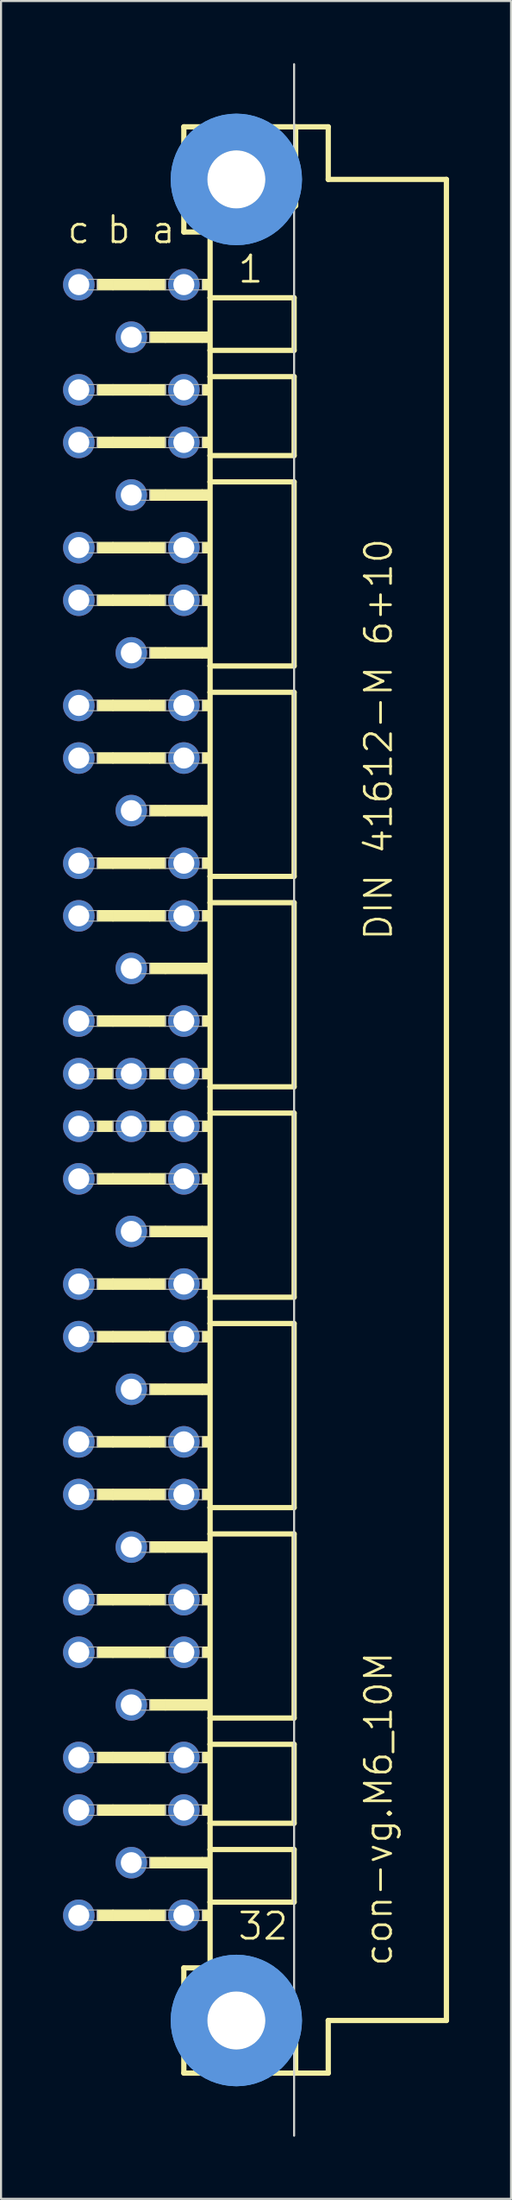
<source format=kicad_pcb>
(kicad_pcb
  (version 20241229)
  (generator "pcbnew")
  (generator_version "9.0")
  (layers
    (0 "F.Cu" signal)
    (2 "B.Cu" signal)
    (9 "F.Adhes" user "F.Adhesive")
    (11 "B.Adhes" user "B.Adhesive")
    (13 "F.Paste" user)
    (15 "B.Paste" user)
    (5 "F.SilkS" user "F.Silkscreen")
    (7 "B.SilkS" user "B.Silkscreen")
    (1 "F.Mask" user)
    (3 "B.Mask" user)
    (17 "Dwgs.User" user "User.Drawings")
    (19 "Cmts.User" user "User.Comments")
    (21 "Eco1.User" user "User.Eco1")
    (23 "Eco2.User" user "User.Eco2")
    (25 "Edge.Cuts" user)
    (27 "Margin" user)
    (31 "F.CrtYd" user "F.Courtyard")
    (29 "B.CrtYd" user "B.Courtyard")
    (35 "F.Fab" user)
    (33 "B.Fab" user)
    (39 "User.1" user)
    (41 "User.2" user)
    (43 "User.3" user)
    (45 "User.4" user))
  (footprint "con-vg.M6_10M"
    (layer "F.Cu")
    (at 8.382 50.063)
    (property "Reference" "con-vg.M6_10M" (at 7.62 41.91 90) (layer "F.SilkS") (effects (font (size 1.27 1.27) (thickness 0.13)) (justify left bottom)))
    (attr through_hole)
    (fp_line (start -2.54 -46.99) (end -2.54 -41.91) (stroke (width 0.254) (type default)) (layer "F.SilkS"))
    (fp_line (start -2.54 -41.91) (end -1.27 -41.91) (stroke (width 0.254) (type default)) (layer "F.SilkS"))
    (fp_line (start -2.54 41.91) (end -2.54 46.99) (stroke (width 0.254) (type default)) (layer "F.SilkS"))
    (fp_line (start -2.54 41.91) (end -1.27 41.91) (stroke (width 0.254) (type default)) (layer "F.SilkS"))
    (fp_line (start -2.54 46.99) (end 2.87 46.99) (stroke (width 0.254) (type default)) (layer "F.SilkS"))
    (fp_line (start -1.27 -41.91) (end -1.27 -38.735) (stroke (width 0.254) (type default)) (layer "F.SilkS"))
    (fp_line (start -1.27 -41.91) (end 1.6 -41.91) (stroke (width 0.254) (type default)) (layer "F.SilkS"))
    (fp_line (start -1.27 -38.735) (end -1.27 -36.195) (stroke (width 0.254) (type default)) (layer "F.SilkS"))
    (fp_line (start -1.27 -36.195) (end -1.27 -34.925) (stroke (width 0.254) (type default)) (layer "F.SilkS"))
    (fp_line (start -1.27 -34.925) (end -1.27 -31.115) (stroke (width 0.254) (type default)) (layer "F.SilkS"))
    (fp_line (start -1.27 -31.115) (end -1.27 -29.845) (stroke (width 0.254) (type default)) (layer "F.SilkS"))
    (fp_line (start -1.27 -29.845) (end -1.27 -20.955) (stroke (width 0.254) (type default)) (layer "F.SilkS"))
    (fp_line (start -1.27 -20.955) (end -1.27 -19.685) (stroke (width 0.254) (type default)) (layer "F.SilkS"))
    (fp_line (start -1.27 -19.685) (end -1.27 -10.795) (stroke (width 0.254) (type default)) (layer "F.SilkS"))
    (fp_line (start -1.27 -10.795) (end -1.27 -9.525) (stroke (width 0.254) (type default)) (layer "F.SilkS"))
    (fp_line (start -1.27 -9.525) (end -1.27 -0.635) (stroke (width 0.254) (type default)) (layer "F.SilkS"))
    (fp_line (start -1.27 -0.635) (end -1.27 0.635) (stroke (width 0.254) (type default)) (layer "F.SilkS"))
    (fp_line (start -1.27 0.635) (end -1.27 9.525) (stroke (width 0.254) (type default)) (layer "F.SilkS"))
    (fp_line (start -1.27 9.525) (end -1.27 10.795) (stroke (width 0.254) (type default)) (layer "F.SilkS"))
    (fp_line (start -1.27 10.795) (end -1.27 19.685) (stroke (width 0.254) (type default)) (layer "F.SilkS"))
    (fp_line (start -1.27 19.685) (end -1.27 20.955) (stroke (width 0.254) (type default)) (layer "F.SilkS"))
    (fp_line (start -1.27 20.955) (end -1.27 29.845) (stroke (width 0.254) (type default)) (layer "F.SilkS"))
    (fp_line (start -1.27 29.845) (end -1.27 31.115) (stroke (width 0.254) (type default)) (layer "F.SilkS"))
    (fp_line (start -1.27 31.115) (end -1.27 34.925) (stroke (width 0.254) (type default)) (layer "F.SilkS"))
    (fp_line (start -1.27 34.925) (end -1.27 36.195) (stroke (width 0.254) (type default)) (layer "F.SilkS"))
    (fp_line (start -1.27 36.195) (end -1.27 38.735) (stroke (width 0.254) (type default)) (layer "F.SilkS"))
    (fp_line (start -1.27 38.735) (end -1.27 41.91) (stroke (width 0.254) (type default)) (layer "F.SilkS"))
    (fp_line (start -1.27 41.91) (end 1.27 41.91) (stroke (width 0.254) (type default)) (layer "F.SilkS"))
    (fp_line (start 1.6 -41.91) (end 2.87 -43.18) (stroke (width 0.254) (type default)) (layer "F.SilkS"))
    (fp_line (start 2.794 -38.735) (end -1.27 -38.735) (stroke (width 0.254) (type default)) (layer "F.SilkS"))
    (fp_line (start 2.794 -38.735) (end 2.794 -36.195) (stroke (width 0.254) (type default)) (layer "F.SilkS"))
    (fp_line (start 2.794 -36.195) (end -1.27 -36.195) (stroke (width 0.254) (type default)) (layer "F.SilkS"))
    (fp_line (start 2.794 -34.925) (end -1.27 -34.925) (stroke (width 0.254) (type default)) (layer "F.SilkS"))
    (fp_line (start 2.794 -34.925) (end 2.794 -31.115) (stroke (width 0.254) (type default)) (layer "F.SilkS"))
    (fp_line (start 2.794 -31.115) (end -1.27 -31.115) (stroke (width 0.254) (type default)) (layer "F.SilkS"))
    (fp_line (start 2.794 -29.845) (end -1.27 -29.845) (stroke (width 0.254) (type default)) (layer "F.SilkS"))
    (fp_line (start 2.794 -29.845) (end 2.794 -20.955) (stroke (width 0.254) (type default)) (layer "F.SilkS"))
    (fp_line (start 2.794 -20.955) (end -1.27 -20.955) (stroke (width 0.254) (type default)) (layer "F.SilkS"))
    (fp_line (start 2.794 -19.685) (end -1.27 -19.685) (stroke (width 0.254) (type default)) (layer "F.SilkS"))
    (fp_line (start 2.794 -19.685) (end 2.794 -10.795) (stroke (width 0.254) (type default)) (layer "F.SilkS"))
    (fp_line (start 2.794 -10.795) (end -1.27 -10.795) (stroke (width 0.254) (type default)) (layer "F.SilkS"))
    (fp_line (start 2.794 -9.525) (end -1.27 -9.525) (stroke (width 0.254) (type default)) (layer "F.SilkS"))
    (fp_line (start 2.794 -9.525) (end 2.794 -0.635) (stroke (width 0.254) (type default)) (layer "F.SilkS"))
    (fp_line (start 2.794 -0.635) (end -1.27 -0.635) (stroke (width 0.254) (type default)) (layer "F.SilkS"))
    (fp_line (start 2.794 0.635) (end -1.27 0.635) (stroke (width 0.254) (type default)) (layer "F.SilkS"))
    (fp_line (start 2.794 0.635) (end 2.794 9.525) (stroke (width 0.254) (type default)) (layer "F.SilkS"))
    (fp_line (start 2.794 9.525) (end -1.27 9.525) (stroke (width 0.254) (type default)) (layer "F.SilkS"))
    (fp_line (start 2.794 10.795) (end -1.27 10.795) (stroke (width 0.254) (type default)) (layer "F.SilkS"))
    (fp_line (start 2.794 10.795) (end 2.794 19.685) (stroke (width 0.254) (type default)) (layer "F.SilkS"))
    (fp_line (start 2.794 19.685) (end -1.27 19.685) (stroke (width 0.254) (type default)) (layer "F.SilkS"))
    (fp_line (start 2.794 20.955) (end -1.27 20.955) (stroke (width 0.254) (type default)) (layer "F.SilkS"))
    (fp_line (start 2.794 20.955) (end 2.794 29.845) (stroke (width 0.254) (type default)) (layer "F.SilkS"))
    (fp_line (start 2.794 29.845) (end -1.27 29.845) (stroke (width 0.254) (type default)) (layer "F.SilkS"))
    (fp_line (start 2.794 31.115) (end -1.27 31.115) (stroke (width 0.254) (type default)) (layer "F.SilkS"))
    (fp_line (start 2.794 31.115) (end 2.794 34.925) (stroke (width 0.254) (type default)) (layer "F.SilkS"))
    (fp_line (start 2.794 34.925) (end -1.27 34.925) (stroke (width 0.254) (type default)) (layer "F.SilkS"))
    (fp_line (start 2.794 36.195) (end -1.27 36.195) (stroke (width 0.254) (type default)) (layer "F.SilkS"))
    (fp_line (start 2.794 36.195) (end 2.794 38.735) (stroke (width 0.254) (type default)) (layer "F.SilkS"))
    (fp_line (start 2.794 38.735) (end -1.27 38.735) (stroke (width 0.254) (type default)) (layer "F.SilkS"))
    (fp_line (start 2.87 -46.99) (end -2.54 -46.99) (stroke (width 0.254) (type default)) (layer "F.SilkS"))
    (fp_line (start 2.87 -43.18) (end 2.87 -46.99) (stroke (width 0.254) (type default)) (layer "F.SilkS"))
    (fp_line (start 2.87 43.51) (end 1.27 41.91) (stroke (width 0.254) (type default)) (layer "F.SilkS"))
    (fp_line (start 2.87 43.51) (end 2.87 46.99) (stroke (width 0.254) (type default)) (layer "F.SilkS"))
    (fp_line (start 2.87 46.99) (end 4.445 46.99) (stroke (width 0.254) (type default)) (layer "F.SilkS"))
    (fp_line (start 4.445 -46.99) (end 2.87 -46.99) (stroke (width 0.254) (type default)) (layer "F.SilkS"))
    (fp_line (start 4.445 -44.45) (end 4.445 -46.99) (stroke (width 0.254) (type default)) (layer "F.SilkS"))
    (fp_line (start 4.445 44.45) (end 10.16 44.45) (stroke (width 0.254) (type default)) (layer "F.SilkS"))
    (fp_line (start 4.445 46.99) (end 4.445 44.45) (stroke (width 0.254) (type default)) (layer "F.SilkS"))
    (fp_line (start 10.16 -44.45) (end 4.445 -44.45) (stroke (width 0.254) (type default)) (layer "F.SilkS"))
    (fp_line (start 10.16 44.45) (end 10.16 -44.45) (stroke (width 0.254) (type default)) (layer "F.SilkS"))
    (fp_rect (start -6.731 -39.116) (end -5.969 -39.624) (stroke (width 0.05) (type default)) (fill yes) (layer "F.SilkS"))
    (fp_rect (start -6.731 -34.036) (end -5.969 -34.544) (stroke (width 0.05) (type default)) (fill yes) (layer "F.SilkS"))
    (fp_rect (start -6.731 -31.496) (end -5.969 -32.004) (stroke (width 0.05) (type default)) (fill yes) (layer "F.SilkS"))
    (fp_rect (start -6.731 -26.416) (end -5.969 -26.924) (stroke (width 0.05) (type default)) (fill yes) (layer "F.SilkS"))
    (fp_rect (start -6.731 -23.876) (end -5.969 -24.384) (stroke (width 0.05) (type default)) (fill yes) (layer "F.SilkS"))
    (fp_rect (start -6.731 -18.796) (end -5.969 -19.304) (stroke (width 0.05) (type default)) (fill yes) (layer "F.SilkS"))
    (fp_rect (start -6.731 -16.256) (end -5.969 -16.764) (stroke (width 0.05) (type default)) (fill yes) (layer "F.SilkS"))
    (fp_rect (start -6.731 -11.176) (end -5.969 -11.684) (stroke (width 0.05) (type default)) (fill yes) (layer "F.SilkS"))
    (fp_rect (start -6.731 -8.636) (end -5.969 -9.144) (stroke (width 0.05) (type default)) (fill yes) (layer "F.SilkS"))
    (fp_rect (start -6.731 -3.556) (end -5.969 -4.064) (stroke (width 0.05) (type default)) (fill yes) (layer "F.SilkS"))
    (fp_rect (start -6.731 -1.016) (end -5.969 -1.524) (stroke (width 0.05) (type default)) (fill yes) (layer "F.SilkS"))
    (fp_rect (start -6.731 1.524) (end -5.969 1.016) (stroke (width 0.05) (type default)) (fill yes) (layer "F.SilkS"))
    (fp_rect (start -6.731 4.064) (end -5.969 3.556) (stroke (width 0.05) (type default)) (fill yes) (layer "F.SilkS"))
    (fp_rect (start -6.731 9.144) (end -5.969 8.636) (stroke (width 0.05) (type default)) (fill yes) (layer "F.SilkS"))
    (fp_rect (start -6.731 11.684) (end -5.969 11.176) (stroke (width 0.05) (type default)) (fill yes) (layer "F.SilkS"))
    (fp_rect (start -6.731 16.764) (end -5.969 16.256) (stroke (width 0.05) (type default)) (fill yes) (layer "F.SilkS"))
    (fp_rect (start -6.731 19.304) (end -5.969 18.796) (stroke (width 0.05) (type default)) (fill yes) (layer "F.SilkS"))
    (fp_rect (start -6.731 24.384) (end -5.969 23.876) (stroke (width 0.05) (type default)) (fill yes) (layer "F.SilkS"))
    (fp_rect (start -6.731 26.924) (end -5.969 26.416) (stroke (width 0.05) (type default)) (fill yes) (layer "F.SilkS"))
    (fp_rect (start -6.731 32.004) (end -5.969 31.496) (stroke (width 0.05) (type default)) (fill yes) (layer "F.SilkS"))
    (fp_rect (start -6.731 34.544) (end -5.969 34.036) (stroke (width 0.05) (type default)) (fill yes) (layer "F.SilkS"))
    (fp_rect (start -6.731 39.624) (end -5.969 39.116) (stroke (width 0.05) (type default)) (fill yes) (layer "F.SilkS"))
    (fp_rect (start -5.969 -39.116) (end -4.191 -39.624) (stroke (width 0.05) (type default)) (fill yes) (layer "F.SilkS"))
    (fp_rect (start -5.969 -34.036) (end -4.191 -34.544) (stroke (width 0.05) (type default)) (fill yes) (layer "F.SilkS"))
    (fp_rect (start -5.969 -31.496) (end -4.191 -32.004) (stroke (width 0.05) (type default)) (fill yes) (layer "F.SilkS"))
    (fp_rect (start -5.969 -26.416) (end -4.191 -26.924) (stroke (width 0.05) (type default)) (fill yes) (layer "F.SilkS"))
    (fp_rect (start -5.969 -23.876) (end -4.191 -24.384) (stroke (width 0.05) (type default)) (fill yes) (layer "F.SilkS"))
    (fp_rect (start -5.969 -18.796) (end -4.191 -19.304) (stroke (width 0.05) (type default)) (fill yes) (layer "F.SilkS"))
    (fp_rect (start -5.969 -16.256) (end -4.191 -16.764) (stroke (width 0.05) (type default)) (fill yes) (layer "F.SilkS"))
    (fp_rect (start -5.969 -11.176) (end -4.191 -11.684) (stroke (width 0.05) (type default)) (fill yes) (layer "F.SilkS"))
    (fp_rect (start -5.969 -8.636) (end -4.191 -9.144) (stroke (width 0.05) (type default)) (fill yes) (layer "F.SilkS"))
    (fp_rect (start -5.969 -3.556) (end -4.191 -4.064) (stroke (width 0.05) (type default)) (fill yes) (layer "F.SilkS"))
    (fp_rect (start -5.969 4.064) (end -4.191 3.556) (stroke (width 0.05) (type default)) (fill yes) (layer "F.SilkS"))
    (fp_rect (start -5.969 9.144) (end -4.191 8.636) (stroke (width 0.05) (type default)) (fill yes) (layer "F.SilkS"))
    (fp_rect (start -5.969 11.684) (end -4.191 11.176) (stroke (width 0.05) (type default)) (fill yes) (layer "F.SilkS"))
    (fp_rect (start -5.969 16.764) (end -4.191 16.256) (stroke (width 0.05) (type default)) (fill yes) (layer "F.SilkS"))
    (fp_rect (start -5.969 19.304) (end -4.191 18.796) (stroke (width 0.05) (type default)) (fill yes) (layer "F.SilkS"))
    (fp_rect (start -5.969 24.384) (end -4.191 23.876) (stroke (width 0.05) (type default)) (fill yes) (layer "F.SilkS"))
    (fp_rect (start -5.969 26.924) (end -4.191 26.416) (stroke (width 0.05) (type default)) (fill yes) (layer "F.SilkS"))
    (fp_rect (start -5.969 32.004) (end -4.191 31.496) (stroke (width 0.05) (type default)) (fill yes) (layer "F.SilkS"))
    (fp_rect (start -5.969 34.544) (end -4.191 34.036) (stroke (width 0.05) (type default)) (fill yes) (layer "F.SilkS"))
    (fp_rect (start -5.969 39.624) (end -4.191 39.116) (stroke (width 0.05) (type default)) (fill yes) (layer "F.SilkS"))
    (fp_rect (start -4.191 -39.116) (end -3.429 -39.624) (stroke (width 0.05) (type default)) (fill yes) (layer "F.SilkS"))
    (fp_rect (start -4.191 -36.576) (end -3.429 -37.084) (stroke (width 0.05) (type default)) (fill yes) (layer "F.SilkS"))
    (fp_rect (start -4.191 -34.036) (end -3.429 -34.544) (stroke (width 0.05) (type default)) (fill yes) (layer "F.SilkS"))
    (fp_rect (start -4.191 -31.496) (end -3.429 -32.004) (stroke (width 0.05) (type default)) (fill yes) (layer "F.SilkS"))
    (fp_rect (start -4.191 -28.956) (end -3.429 -29.464) (stroke (width 0.05) (type default)) (fill yes) (layer "F.SilkS"))
    (fp_rect (start -4.191 -26.416) (end -3.429 -26.924) (stroke (width 0.05) (type default)) (fill yes) (layer "F.SilkS"))
    (fp_rect (start -4.191 -23.876) (end -3.429 -24.384) (stroke (width 0.05) (type default)) (fill yes) (layer "F.SilkS"))
    (fp_rect (start -4.191 -21.336) (end -3.429 -21.844) (stroke (width 0.05) (type default)) (fill yes) (layer "F.SilkS"))
    (fp_rect (start -4.191 -18.796) (end -3.429 -19.304) (stroke (width 0.05) (type default)) (fill yes) (layer "F.SilkS"))
    (fp_rect (start -4.191 -16.256) (end -3.429 -16.764) (stroke (width 0.05) (type default)) (fill yes) (layer "F.SilkS"))
    (fp_rect (start -4.191 -13.716) (end -3.429 -14.224) (stroke (width 0.05) (type default)) (fill yes) (layer "F.SilkS"))
    (fp_rect (start -4.191 -11.176) (end -3.429 -11.684) (stroke (width 0.05) (type default)) (fill yes) (layer "F.SilkS"))
    (fp_rect (start -4.191 -8.636) (end -3.429 -9.144) (stroke (width 0.05) (type default)) (fill yes) (layer "F.SilkS"))
    (fp_rect (start -4.191 -6.096) (end -3.429 -6.604) (stroke (width 0.05) (type default)) (fill yes) (layer "F.SilkS"))
    (fp_rect (start -4.191 -3.556) (end -3.429 -4.064) (stroke (width 0.05) (type default)) (fill yes) (layer "F.SilkS"))
    (fp_rect (start -4.191 -1.016) (end -3.429 -1.524) (stroke (width 0.05) (type default)) (fill yes) (layer "F.SilkS"))
    (fp_rect (start -4.191 1.524) (end -3.429 1.016) (stroke (width 0.05) (type default)) (fill yes) (layer "F.SilkS"))
    (fp_rect (start -4.191 4.064) (end -3.429 3.556) (stroke (width 0.05) (type default)) (fill yes) (layer "F.SilkS"))
    (fp_rect (start -4.191 6.604) (end -3.429 6.096) (stroke (width 0.05) (type default)) (fill yes) (layer "F.SilkS"))
    (fp_rect (start -4.191 9.144) (end -3.429 8.636) (stroke (width 0.05) (type default)) (fill yes) (layer "F.SilkS"))
    (fp_rect (start -4.191 11.684) (end -3.429 11.176) (stroke (width 0.05) (type default)) (fill yes) (layer "F.SilkS"))
    (fp_rect (start -4.191 14.224) (end -3.429 13.716) (stroke (width 0.05) (type default)) (fill yes) (layer "F.SilkS"))
    (fp_rect (start -4.191 16.764) (end -3.429 16.256) (stroke (width 0.05) (type default)) (fill yes) (layer "F.SilkS"))
    (fp_rect (start -4.191 19.304) (end -3.429 18.796) (stroke (width 0.05) (type default)) (fill yes) (layer "F.SilkS"))
    (fp_rect (start -4.191 21.844) (end -3.429 21.336) (stroke (width 0.05) (type default)) (fill yes) (layer "F.SilkS"))
    (fp_rect (start -4.191 24.384) (end -3.429 23.876) (stroke (width 0.05) (type default)) (fill yes) (layer "F.SilkS"))
    (fp_rect (start -4.191 26.924) (end -3.429 26.416) (stroke (width 0.05) (type default)) (fill yes) (layer "F.SilkS"))
    (fp_rect (start -4.191 29.464) (end -3.429 28.956) (stroke (width 0.05) (type default)) (fill yes) (layer "F.SilkS"))
    (fp_rect (start -4.191 32.004) (end -3.429 31.496) (stroke (width 0.05) (type default)) (fill yes) (layer "F.SilkS"))
    (fp_rect (start -4.191 34.544) (end -3.429 34.036) (stroke (width 0.05) (type default)) (fill yes) (layer "F.SilkS"))
    (fp_rect (start -4.191 37.084) (end -3.429 36.576) (stroke (width 0.05) (type default)) (fill yes) (layer "F.SilkS"))
    (fp_rect (start -4.191 39.624) (end -3.429 39.116) (stroke (width 0.05) (type default)) (fill yes) (layer "F.SilkS"))
    (fp_rect (start -3.429 -36.576) (end -1.651 -37.084) (stroke (width 0.05) (type default)) (fill yes) (layer "F.SilkS"))
    (fp_rect (start -3.429 -28.956) (end -1.651 -29.464) (stroke (width 0.05) (type default)) (fill yes) (layer "F.SilkS"))
    (fp_rect (start -3.429 -21.336) (end -1.651 -21.844) (stroke (width 0.05) (type default)) (fill yes) (layer "F.SilkS"))
    (fp_rect (start -3.429 -13.716) (end -1.651 -14.224) (stroke (width 0.05) (type default)) (fill yes) (layer "F.SilkS"))
    (fp_rect (start -3.429 -6.096) (end -1.651 -6.604) (stroke (width 0.05) (type default)) (fill yes) (layer "F.SilkS"))
    (fp_rect (start -3.429 6.604) (end -1.651 6.096) (stroke (width 0.05) (type default)) (fill yes) (layer "F.SilkS"))
    (fp_rect (start -3.429 14.224) (end -1.651 13.716) (stroke (width 0.05) (type default)) (fill yes) (layer "F.SilkS"))
    (fp_rect (start -3.429 21.844) (end -1.651 21.336) (stroke (width 0.05) (type default)) (fill yes) (layer "F.SilkS"))
    (fp_rect (start -3.429 29.464) (end -1.651 28.956) (stroke (width 0.05) (type default)) (fill yes) (layer "F.SilkS"))
    (fp_rect (start -3.429 37.084) (end -1.651 36.576) (stroke (width 0.05) (type default)) (fill yes) (layer "F.SilkS"))
    (fp_rect (start -1.651 -39.116) (end -1.27 -39.624) (stroke (width 0.05) (type default)) (fill yes) (layer "F.SilkS"))
    (fp_rect (start -1.651 -36.576) (end -1.27 -37.084) (stroke (width 0.05) (type default)) (fill yes) (layer "F.SilkS"))
    (fp_rect (start -1.651 -34.036) (end -1.27 -34.544) (stroke (width 0.05) (type default)) (fill yes) (layer "F.SilkS"))
    (fp_rect (start -1.651 -31.496) (end -1.27 -32.004) (stroke (width 0.05) (type default)) (fill yes) (layer "F.SilkS"))
    (fp_rect (start -1.651 -28.956) (end -1.27 -29.464) (stroke (width 0.05) (type default)) (fill yes) (layer "F.SilkS"))
    (fp_rect (start -1.651 -26.416) (end -1.27 -26.924) (stroke (width 0.05) (type default)) (fill yes) (layer "F.SilkS"))
    (fp_rect (start -1.651 -23.876) (end -1.27 -24.384) (stroke (width 0.05) (type default)) (fill yes) (layer "F.SilkS"))
    (fp_rect (start -1.651 -21.336) (end -1.27 -21.844) (stroke (width 0.05) (type default)) (fill yes) (layer "F.SilkS"))
    (fp_rect (start -1.651 -18.796) (end -1.27 -19.304) (stroke (width 0.05) (type default)) (fill yes) (layer "F.SilkS"))
    (fp_rect (start -1.651 -16.256) (end -1.27 -16.764) (stroke (width 0.05) (type default)) (fill yes) (layer "F.SilkS"))
    (fp_rect (start -1.651 -13.716) (end -1.27 -14.224) (stroke (width 0.05) (type default)) (fill yes) (layer "F.SilkS"))
    (fp_rect (start -1.651 -11.176) (end -1.27 -11.684) (stroke (width 0.05) (type default)) (fill yes) (layer "F.SilkS"))
    (fp_rect (start -1.651 -8.636) (end -1.27 -9.144) (stroke (width 0.05) (type default)) (fill yes) (layer "F.SilkS"))
    (fp_rect (start -1.651 -6.096) (end -1.27 -6.604) (stroke (width 0.05) (type default)) (fill yes) (layer "F.SilkS"))
    (fp_rect (start -1.651 -3.556) (end -1.27 -4.064) (stroke (width 0.05) (type default)) (fill yes) (layer "F.SilkS"))
    (fp_rect (start -1.651 -1.016) (end -1.27 -1.524) (stroke (width 0.05) (type default)) (fill yes) (layer "F.SilkS"))
    (fp_rect (start -1.651 1.524) (end -1.27 1.016) (stroke (width 0.05) (type default)) (fill yes) (layer "F.SilkS"))
    (fp_rect (start -1.651 4.064) (end -1.27 3.556) (stroke (width 0.05) (type default)) (fill yes) (layer "F.SilkS"))
    (fp_rect (start -1.651 6.604) (end -1.27 6.096) (stroke (width 0.05) (type default)) (fill yes) (layer "F.SilkS"))
    (fp_rect (start -1.651 9.144) (end -1.27 8.636) (stroke (width 0.05) (type default)) (fill yes) (layer "F.SilkS"))
    (fp_rect (start -1.651 11.684) (end -1.27 11.176) (stroke (width 0.05) (type default)) (fill yes) (layer "F.SilkS"))
    (fp_rect (start -1.651 14.224) (end -1.27 13.716) (stroke (width 0.05) (type default)) (fill yes) (layer "F.SilkS"))
    (fp_rect (start -1.651 16.764) (end -1.27 16.256) (stroke (width 0.05) (type default)) (fill yes) (layer "F.SilkS"))
    (fp_rect (start -1.651 19.304) (end -1.27 18.796) (stroke (width 0.05) (type default)) (fill yes) (layer "F.SilkS"))
    (fp_rect (start -1.651 21.844) (end -1.27 21.336) (stroke (width 0.05) (type default)) (fill yes) (layer "F.SilkS"))
    (fp_rect (start -1.651 24.384) (end -1.27 23.876) (stroke (width 0.05) (type default)) (fill yes) (layer "F.SilkS"))
    (fp_rect (start -1.651 26.924) (end -1.27 26.416) (stroke (width 0.05) (type default)) (fill yes) (layer "F.SilkS"))
    (fp_rect (start -1.651 29.464) (end -1.27 28.956) (stroke (width 0.05) (type default)) (fill yes) (layer "F.SilkS"))
    (fp_rect (start -1.651 32.004) (end -1.27 31.496) (stroke (width 0.05) (type default)) (fill yes) (layer "F.SilkS"))
    (fp_rect (start -1.651 34.544) (end -1.27 34.036) (stroke (width 0.05) (type default)) (fill yes) (layer "F.SilkS"))
    (fp_rect (start -1.651 37.084) (end -1.27 36.576) (stroke (width 0.05) (type default)) (fill yes) (layer "F.SilkS"))
    (fp_rect (start -1.651 39.624) (end -1.27 39.116) (stroke (width 0.05) (type default)) (fill yes) (layer "F.SilkS"))
    (fp_circle (center 0 -44.45) (end 1.27 -44.45) (stroke (width 0.254) (type default)) (fill no) (layer "F.SilkS"))
    (fp_circle (center 0 44.45) (end 1.27 44.45) (stroke (width 0.254) (type default)) (fill no) (layer "F.SilkS"))
    (fp_circle (center 0 -44.45) (end 2.286 -44.45) (stroke (width 1.778) (type default)) (fill no) (layer "Cmts.User"))
    (fp_circle (center 0 -44.45) (end 2.286 -44.45) (stroke (width 1.778) (type default)) (fill no) (layer "Cmts.User"))
    (fp_circle (center 0 44.45) (end 2.286 44.45) (stroke (width 1.778) (type default)) (fill no) (layer "Cmts.User"))
    (fp_circle (center 0 44.45) (end 2.286 44.45) (stroke (width 1.778) (type default)) (fill no) (layer "Cmts.User"))
    (fp_line (start 2.794 50.013) (end 2.794 -50.013) (stroke (width 0.1) (type default)) (layer "Edge.Cuts"))
    (fp_rect (start -7.874 -39.116) (end -6.731 -39.624) (stroke (width 0.05) (type default)) (fill no) (layer "F.Fab"))
    (fp_rect (start -7.874 -34.036) (end -6.731 -34.544) (stroke (width 0.05) (type default)) (fill no) (layer "F.Fab"))
    (fp_rect (start -7.874 -31.496) (end -6.731 -32.004) (stroke (width 0.05) (type default)) (fill no) (layer "F.Fab"))
    (fp_rect (start -7.874 -26.416) (end -6.731 -26.924) (stroke (width 0.05) (type default)) (fill no) (layer "F.Fab"))
    (fp_rect (start -7.874 -23.876) (end -6.731 -24.384) (stroke (width 0.05) (type default)) (fill no) (layer "F.Fab"))
    (fp_rect (start -7.874 -18.796) (end -6.731 -19.304) (stroke (width 0.05) (type default)) (fill no) (layer "F.Fab"))
    (fp_rect (start -7.874 -16.256) (end -6.731 -16.764) (stroke (width 0.05) (type default)) (fill no) (layer "F.Fab"))
    (fp_rect (start -7.874 -11.176) (end -6.731 -11.684) (stroke (width 0.05) (type default)) (fill no) (layer "F.Fab"))
    (fp_rect (start -7.874 -8.636) (end -6.731 -9.144) (stroke (width 0.05) (type default)) (fill no) (layer "F.Fab"))
    (fp_rect (start -7.874 -3.556) (end -6.731 -4.064) (stroke (width 0.05) (type default)) (fill no) (layer "F.Fab"))
    (fp_rect (start -7.874 -1.016) (end -6.731 -1.524) (stroke (width 0.05) (type default)) (fill no) (layer "F.Fab"))
    (fp_rect (start -7.874 1.524) (end -6.731 1.016) (stroke (width 0.05) (type default)) (fill no) (layer "F.Fab"))
    (fp_rect (start -7.874 4.064) (end -6.731 3.556) (stroke (width 0.05) (type default)) (fill no) (layer "F.Fab"))
    (fp_rect (start -7.874 9.144) (end -6.731 8.636) (stroke (width 0.05) (type default)) (fill no) (layer "F.Fab"))
    (fp_rect (start -7.874 11.684) (end -6.731 11.176) (stroke (width 0.05) (type default)) (fill no) (layer "F.Fab"))
    (fp_rect (start -7.874 16.764) (end -6.731 16.256) (stroke (width 0.05) (type default)) (fill no) (layer "F.Fab"))
    (fp_rect (start -7.874 19.304) (end -6.731 18.796) (stroke (width 0.05) (type default)) (fill no) (layer "F.Fab"))
    (fp_rect (start -7.874 24.384) (end -6.731 23.876) (stroke (width 0.05) (type default)) (fill no) (layer "F.Fab"))
    (fp_rect (start -7.874 26.924) (end -6.731 26.416) (stroke (width 0.05) (type default)) (fill no) (layer "F.Fab"))
    (fp_rect (start -7.874 32.004) (end -6.731 31.496) (stroke (width 0.05) (type default)) (fill no) (layer "F.Fab"))
    (fp_rect (start -7.874 34.544) (end -6.731 34.036) (stroke (width 0.05) (type default)) (fill no) (layer "F.Fab"))
    (fp_rect (start -7.874 39.624) (end -6.731 39.116) (stroke (width 0.05) (type default)) (fill no) (layer "F.Fab"))
    (fp_rect (start -5.969 -1.016) (end -4.191 -1.524) (stroke (width 0.05) (type default)) (fill no) (layer "F.Fab"))
    (fp_rect (start -5.969 1.524) (end -4.191 1.016) (stroke (width 0.05) (type default)) (fill no) (layer "F.Fab"))
    (fp_rect (start -5.334 -36.576) (end -4.191 -37.084) (stroke (width 0.05) (type default)) (fill no) (layer "F.Fab"))
    (fp_rect (start -5.334 -28.956) (end -4.191 -29.464) (stroke (width 0.05) (type default)) (fill no) (layer "F.Fab"))
    (fp_rect (start -5.334 -21.336) (end -4.191 -21.844) (stroke (width 0.05) (type default)) (fill no) (layer "F.Fab"))
    (fp_rect (start -5.334 -13.716) (end -4.191 -14.224) (stroke (width 0.05) (type default)) (fill no) (layer "F.Fab"))
    (fp_rect (start -5.334 -6.096) (end -4.191 -6.604) (stroke (width 0.05) (type default)) (fill no) (layer "F.Fab"))
    (fp_rect (start -5.334 6.604) (end -4.191 6.096) (stroke (width 0.05) (type default)) (fill no) (layer "F.Fab"))
    (fp_rect (start -5.334 14.224) (end -4.191 13.716) (stroke (width 0.05) (type default)) (fill no) (layer "F.Fab"))
    (fp_rect (start -5.334 21.844) (end -4.191 21.336) (stroke (width 0.05) (type default)) (fill no) (layer "F.Fab"))
    (fp_rect (start -5.334 29.464) (end -4.191 28.956) (stroke (width 0.05) (type default)) (fill no) (layer "F.Fab"))
    (fp_rect (start -5.334 37.084) (end -4.191 36.576) (stroke (width 0.05) (type default)) (fill no) (layer "F.Fab"))
    (fp_rect (start -3.429 -39.116) (end -1.651 -39.624) (stroke (width 0.05) (type default)) (fill no) (layer "F.Fab"))
    (fp_rect (start -3.429 -34.036) (end -1.651 -34.544) (stroke (width 0.05) (type default)) (fill no) (layer "F.Fab"))
    (fp_rect (start -3.429 -31.496) (end -1.651 -32.004) (stroke (width 0.05) (type default)) (fill no) (layer "F.Fab"))
    (fp_rect (start -3.429 -26.416) (end -1.651 -26.924) (stroke (width 0.05) (type default)) (fill no) (layer "F.Fab"))
    (fp_rect (start -3.429 -23.876) (end -1.651 -24.384) (stroke (width 0.05) (type default)) (fill no) (layer "F.Fab"))
    (fp_rect (start -3.429 -18.796) (end -1.651 -19.304) (stroke (width 0.05) (type default)) (fill no) (layer "F.Fab"))
    (fp_rect (start -3.429 -16.256) (end -1.651 -16.764) (stroke (width 0.05) (type default)) (fill no) (layer "F.Fab"))
    (fp_rect (start -3.429 -11.176) (end -1.651 -11.684) (stroke (width 0.05) (type default)) (fill no) (layer "F.Fab"))
    (fp_rect (start -3.429 -8.636) (end -1.651 -9.144) (stroke (width 0.05) (type default)) (fill no) (layer "F.Fab"))
    (fp_rect (start -3.429 -3.556) (end -1.651 -4.064) (stroke (width 0.05) (type default)) (fill no) (layer "F.Fab"))
    (fp_rect (start -3.429 -1.016) (end -1.651 -1.524) (stroke (width 0.05) (type default)) (fill no) (layer "F.Fab"))
    (fp_rect (start -3.429 1.524) (end -1.651 1.016) (stroke (width 0.05) (type default)) (fill no) (layer "F.Fab"))
    (fp_rect (start -3.429 4.064) (end -1.651 3.556) (stroke (width 0.05) (type default)) (fill no) (layer "F.Fab"))
    (fp_rect (start -3.429 9.144) (end -1.651 8.636) (stroke (width 0.05) (type default)) (fill no) (layer "F.Fab"))
    (fp_rect (start -3.429 11.684) (end -1.651 11.176) (stroke (width 0.05) (type default)) (fill no) (layer "F.Fab"))
    (fp_rect (start -3.429 16.764) (end -1.651 16.256) (stroke (width 0.05) (type default)) (fill no) (layer "F.Fab"))
    (fp_rect (start -3.429 19.304) (end -1.651 18.796) (stroke (width 0.05) (type default)) (fill no) (layer "F.Fab"))
    (fp_rect (start -3.429 24.384) (end -1.651 23.876) (stroke (width 0.05) (type default)) (fill no) (layer "F.Fab"))
    (fp_rect (start -3.429 26.924) (end -1.651 26.416) (stroke (width 0.05) (type default)) (fill no) (layer "F.Fab"))
    (fp_rect (start -3.429 32.004) (end -1.651 31.496) (stroke (width 0.05) (type default)) (fill no) (layer "F.Fab"))
    (fp_rect (start -3.429 34.544) (end -1.651 34.036) (stroke (width 0.05) (type default)) (fill no) (layer "F.Fab"))
    (fp_rect (start -3.429 39.624) (end -1.651 39.116) (stroke (width 0.05) (type default)) (fill no) (layer "F.Fab"))
    (fp_text user "DIN 41612-M 6+10" (at 7.62 -7.62 90) (layer "F.SilkS") (effects (font (size 1.27 1.27) (thickness 0.13)) (justify left bottom)))
    (fp_text user "c" (at -8.255 -41.275 0) (layer "F.SilkS") (effects (font (size 1.27 1.27) (thickness 0.13)) (justify left bottom)))
    (fp_text user "1" (at 0 -39.37 0) (layer "F.SilkS") (effects (font (size 1.27 1.27) (thickness 0.13)) (justify left bottom)))
    (fp_text user "a" (at -4.191 -41.275 0) (layer "F.SilkS") (effects (font (size 1.27 1.27) (thickness 0.13)) (justify left bottom)))
    (fp_text user "b" (at -6.35 -41.275 0) (layer "F.SilkS") (effects (font (size 1.27 1.27) (thickness 0.13)) (justify left bottom)))
    (fp_text user "32" (at 0 40.64 0) (layer "F.SilkS") (effects (font (size 1.27 1.27) (thickness 0.13)) (justify left bottom)))
    (pad "" np_thru_hole circle (at 0 -44.45) (size 2.8 2.8) (drill 2.8) (layers "*.Cu" "*.Mask"))
    (pad "" np_thru_hole circle (at 0 44.45) (size 2.8 2.8) (drill 2.8) (layers "*.Cu" "*.Mask"))
    (pad "A1" thru_hole circle (at -2.54 -39.37) (size 1.524 1.524) (drill 1.016) (layers "*.Cu" "*.Mask"))
    (pad "A3" thru_hole circle (at -2.54 -34.29) (size 1.524 1.524) (drill 1.016) (layers "*.Cu" "*.Mask"))
    (pad "A4" thru_hole circle (at -2.54 -31.75) (size 1.524 1.524) (drill 1.016) (layers "*.Cu" "*.Mask"))
    (pad "A6" thru_hole circle (at -2.54 -26.67) (size 1.524 1.524) (drill 1.016) (layers "*.Cu" "*.Mask"))
    (pad "A7" thru_hole circle (at -2.54 -24.13) (size 1.524 1.524) (drill 1.016) (layers "*.Cu" "*.Mask"))
    (pad "A9" thru_hole circle (at -2.54 -19.05) (size 1.524 1.524) (drill 1.016) (layers "*.Cu" "*.Mask"))
    (pad "A10" thru_hole circle (at -2.54 -16.51) (size 1.524 1.524) (drill 1.016) (layers "*.Cu" "*.Mask"))
    (pad "A12" thru_hole circle (at -2.54 -11.43) (size 1.524 1.524) (drill 1.016) (layers "*.Cu" "*.Mask"))
    (pad "A13" thru_hole circle (at -2.54 -8.89) (size 1.524 1.524) (drill 1.016) (layers "*.Cu" "*.Mask"))
    (pad "A15" thru_hole circle (at -2.54 -3.81) (size 1.524 1.524) (drill 1.016) (layers "*.Cu" "*.Mask"))
    (pad "A16" thru_hole circle (at -2.54 -1.27) (size 1.524 1.524) (drill 1.016) (layers "*.Cu" "*.Mask"))
    (pad "A17" thru_hole circle (at -2.54 1.27) (size 1.524 1.524) (drill 1.016) (layers "*.Cu" "*.Mask"))
    (pad "A18" thru_hole circle (at -2.54 3.81) (size 1.524 1.524) (drill 1.016) (layers "*.Cu" "*.Mask"))
    (pad "A20" thru_hole circle (at -2.54 8.89) (size 1.524 1.524) (drill 1.016) (layers "*.Cu" "*.Mask"))
    (pad "A21" thru_hole circle (at -2.54 11.43) (size 1.524 1.524) (drill 1.016) (layers "*.Cu" "*.Mask"))
    (pad "A23" thru_hole circle (at -2.54 16.51) (size 1.524 1.524) (drill 1.016) (layers "*.Cu" "*.Mask"))
    (pad "A24" thru_hole circle (at -2.54 19.05) (size 1.524 1.524) (drill 1.016) (layers "*.Cu" "*.Mask"))
    (pad "A26" thru_hole circle (at -2.54 24.13) (size 1.524 1.524) (drill 1.016) (layers "*.Cu" "*.Mask"))
    (pad "A27" thru_hole circle (at -2.54 26.67) (size 1.524 1.524) (drill 1.016) (layers "*.Cu" "*.Mask"))
    (pad "A29" thru_hole circle (at -2.54 31.75) (size 1.524 1.524) (drill 1.016) (layers "*.Cu" "*.Mask"))
    (pad "A30" thru_hole circle (at -2.54 34.29) (size 1.524 1.524) (drill 1.016) (layers "*.Cu" "*.Mask"))
    (pad "A32" thru_hole circle (at -2.54 39.37) (size 1.524 1.524) (drill 1.016) (layers "*.Cu" "*.Mask"))
    (pad "B2" thru_hole circle (at -5.08 -36.83) (size 1.524 1.524) (drill 1.016) (layers "*.Cu" "*.Mask"))
    (pad "B5" thru_hole circle (at -5.08 -29.21) (size 1.524 1.524) (drill 1.016) (layers "*.Cu" "*.Mask"))
    (pad "B8" thru_hole circle (at -5.08 -21.59) (size 1.524 1.524) (drill 1.016) (layers "*.Cu" "*.Mask"))
    (pad "B11" thru_hole circle (at -5.08 -13.97) (size 1.524 1.524) (drill 1.016) (layers "*.Cu" "*.Mask"))
    (pad "B14" thru_hole circle (at -5.08 -6.35) (size 1.524 1.524) (drill 1.016) (layers "*.Cu" "*.Mask"))
    (pad "B16" thru_hole circle (at -5.08 -1.27) (size 1.524 1.524) (drill 1.016) (layers "*.Cu" "*.Mask"))
    (pad "B17" thru_hole circle (at -5.08 1.27) (size 1.524 1.524) (drill 1.016) (layers "*.Cu" "*.Mask"))
    (pad "B19" thru_hole circle (at -5.08 6.35) (size 1.524 1.524) (drill 1.016) (layers "*.Cu" "*.Mask"))
    (pad "B22" thru_hole circle (at -5.08 13.97) (size 1.524 1.524) (drill 1.016) (layers "*.Cu" "*.Mask"))
    (pad "B25" thru_hole circle (at -5.08 21.59) (size 1.524 1.524) (drill 1.016) (layers "*.Cu" "*.Mask"))
    (pad "B28" thru_hole circle (at -5.08 29.21) (size 1.524 1.524) (drill 1.016) (layers "*.Cu" "*.Mask"))
    (pad "B31" thru_hole circle (at -5.08 36.83) (size 1.524 1.524) (drill 1.016) (layers "*.Cu" "*.Mask"))
    (pad "C1" thru_hole circle (at -7.62 -39.37) (size 1.524 1.524) (drill 1.016) (layers "*.Cu" "*.Mask"))
    (pad "C3" thru_hole circle (at -7.62 -34.29) (size 1.524 1.524) (drill 1.016) (layers "*.Cu" "*.Mask"))
    (pad "C4" thru_hole circle (at -7.62 -31.75) (size 1.524 1.524) (drill 1.016) (layers "*.Cu" "*.Mask"))
    (pad "C6" thru_hole circle (at -7.62 -26.67) (size 1.524 1.524) (drill 1.016) (layers "*.Cu" "*.Mask"))
    (pad "C7" thru_hole circle (at -7.62 -24.13) (size 1.524 1.524) (drill 1.016) (layers "*.Cu" "*.Mask"))
    (pad "C9" thru_hole circle (at -7.62 -19.05) (size 1.524 1.524) (drill 1.016) (layers "*.Cu" "*.Mask"))
    (pad "C10" thru_hole circle (at -7.62 -16.51) (size 1.524 1.524) (drill 1.016) (layers "*.Cu" "*.Mask"))
    (pad "C12" thru_hole circle (at -7.62 -11.43) (size 1.524 1.524) (drill 1.016) (layers "*.Cu" "*.Mask"))
    (pad "C13" thru_hole circle (at -7.62 -8.89) (size 1.524 1.524) (drill 1.016) (layers "*.Cu" "*.Mask"))
    (pad "C15" thru_hole circle (at -7.62 -3.81) (size 1.524 1.524) (drill 1.016) (layers "*.Cu" "*.Mask"))
    (pad "C16" thru_hole circle (at -7.62 -1.27) (size 1.524 1.524) (drill 1.016) (layers "*.Cu" "*.Mask"))
    (pad "C17" thru_hole circle (at -7.62 1.27) (size 1.524 1.524) (drill 1.016) (layers "*.Cu" "*.Mask"))
    (pad "C18" thru_hole circle (at -7.62 3.81) (size 1.524 1.524) (drill 1.016) (layers "*.Cu" "*.Mask"))
    (pad "C20" thru_hole circle (at -7.62 8.89) (size 1.524 1.524) (drill 1.016) (layers "*.Cu" "*.Mask"))
    (pad "C21" thru_hole circle (at -7.62 11.43) (size 1.524 1.524) (drill 1.016) (layers "*.Cu" "*.Mask"))
    (pad "C23" thru_hole circle (at -7.62 16.51) (size 1.524 1.524) (drill 1.016) (layers "*.Cu" "*.Mask"))
    (pad "C24" thru_hole circle (at -7.62 19.05) (size 1.524 1.524) (drill 1.016) (layers "*.Cu" "*.Mask"))
    (pad "C26" thru_hole circle (at -7.62 24.13) (size 1.524 1.524) (drill 1.016) (layers "*.Cu" "*.Mask"))
    (pad "C27" thru_hole circle (at -7.62 26.67) (size 1.524 1.524) (drill 1.016) (layers "*.Cu" "*.Mask"))
    (pad "C29" thru_hole circle (at -7.62 31.75) (size 1.524 1.524) (drill 1.016) (layers "*.Cu" "*.Mask"))
    (pad "C30" thru_hole circle (at -7.62 34.29) (size 1.524 1.524) (drill 1.016) (layers "*.Cu" "*.Mask"))
    (pad "C32" thru_hole circle (at -7.62 39.37) (size 1.524 1.524) (drill 1.016) (layers "*.Cu" "*.Mask")))
  (gr_rect
    (start -3 -3)
    (end 21.669 103.125)
    (stroke (width 0.1) (type default))
    (fill no)
    (layer "Edge.Cuts")))
</source>
